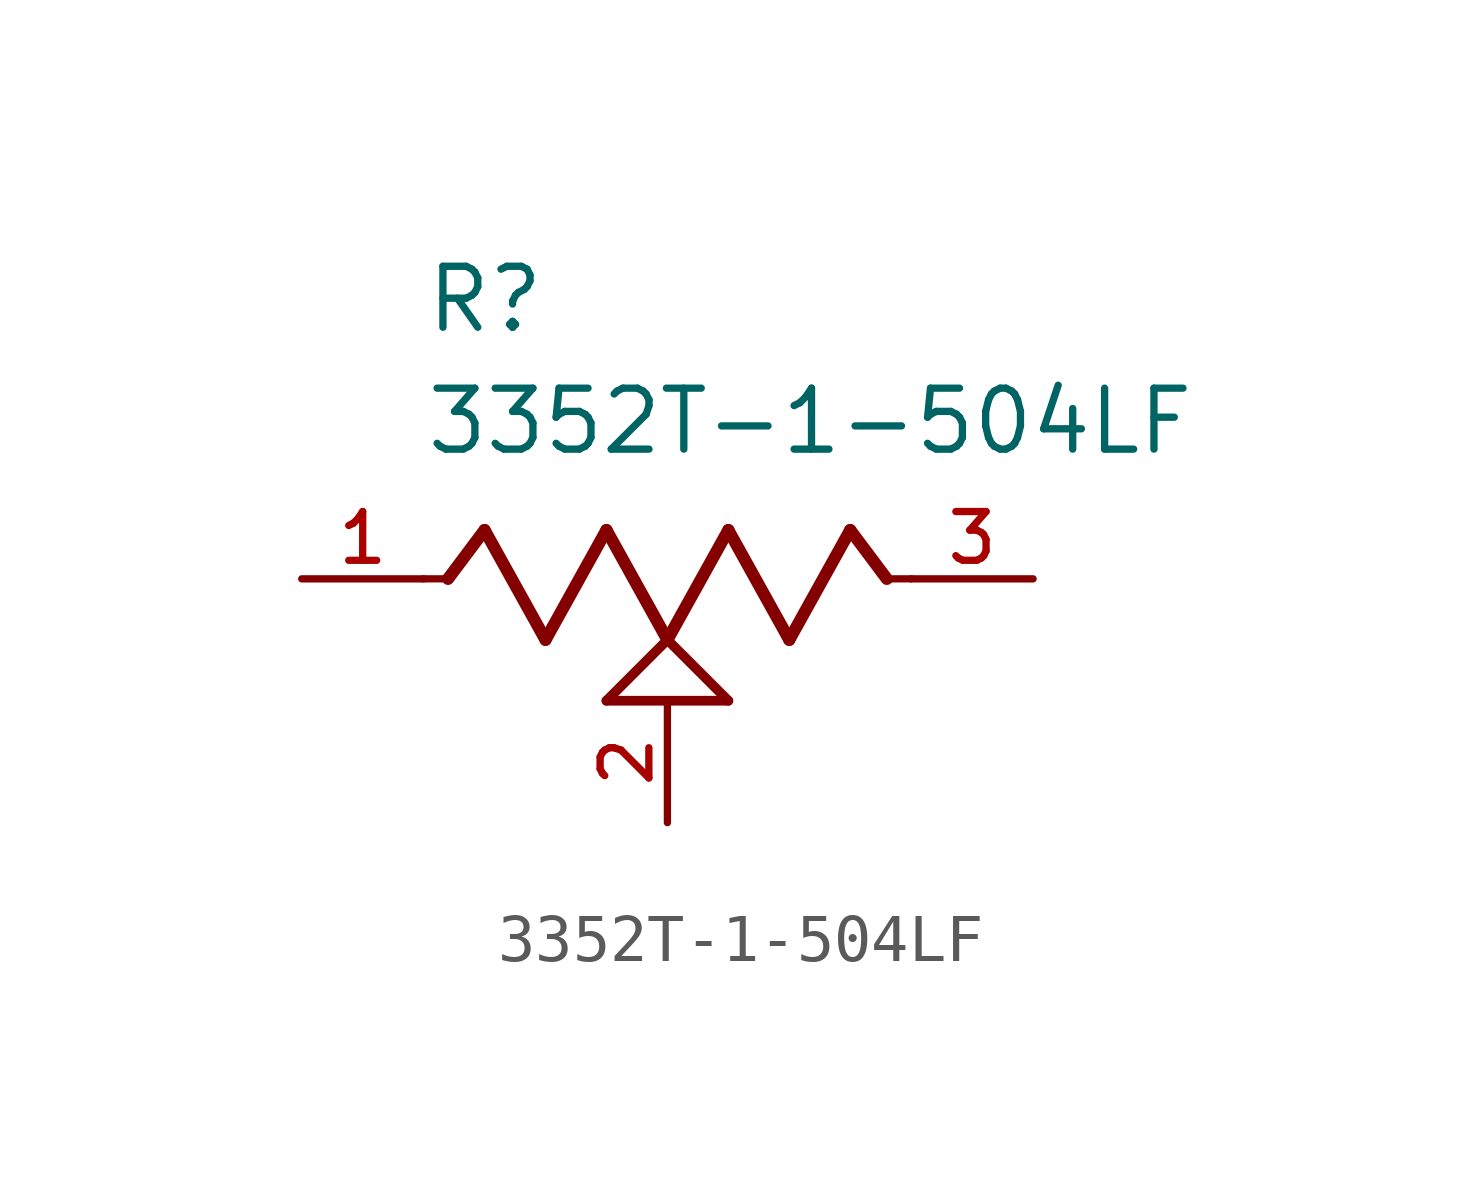
<source format=kicad_sym>
(kicad_symbol_lib
  (version 20211014)
  (generator kicad_symbol_editor)
  (symbol "3352T-1-504LF"
    (pin_names
      (offset 1.016))
    (property "Reference" "R"
      (at -5.08 5.08 0)
      (effects (font (size 1.27 1.27)) (justify bottom left)))
    (property "Value" "3352T-1-504LF"
      (at -5.08 2.54 0)
      (effects (font (size 1.27 1.27)) (justify bottom left)))
    (symbol "3352T-1-504LF_0_0"
      (polyline (pts (xy -5.08 0.0) (xy -4.572 0.0)) (stroke (width 0.152)))
      (polyline (pts (xy -4.572 0.0) (xy -3.81 1.016)) (stroke (width 0.254)))
      (polyline (pts (xy -3.81 1.016) (xy -2.54 -1.27)) (stroke (width 0.254)))
      (polyline (pts (xy -2.54 -1.27) (xy -1.27 1.016)) (stroke (width 0.254)))
      (polyline (pts (xy -1.27 1.016) (xy 0.0 -1.27)) (stroke (width 0.254)))
      (polyline (pts (xy 0.0 -1.27) (xy 1.27 1.016)) (stroke (width 0.254)))
      (polyline (pts (xy 1.27 1.016) (xy 2.54 -1.27)) (stroke (width 0.254)))
      (polyline (pts (xy 2.54 -1.27) (xy 3.81 1.016)) (stroke (width 0.254)))
      (polyline (pts (xy 3.81 1.016) (xy 4.572 0.0)) (stroke (width 0.254)))
      (polyline (pts (xy 4.572 0.0) (xy 5.08 0.0)) (stroke (width 0.152)))
      (polyline (pts (xy 0.0 -1.27) (xy 1.27 -2.54)) (stroke (width 0.203)))
      (polyline (pts (xy -1.27 -2.54) (xy 0.0 -1.27)) (stroke (width 0.203)))
      (polyline (pts (xy 1.27 -2.54) (xy -1.27 -2.54)) (stroke (width 0.203)))
      (pin passive line (at -7.62 0.0 0) (length 2.54) (name "~" (effects (font (size 1.016 1.016)))) (number "1" (effects (font (size 1.016 1.016)))))
      (pin passive line (at 7.62 0.0 180.0) (length 2.54) (name "~" (effects (font (size 1.016 1.016)))) (number "3" (effects (font (size 1.016 1.016)))))
      (pin passive line (at 0.0 -5.08 90.0) (length 2.54) (name "~" (effects (font (size 1.016 1.016)))) (number "2" (effects (font (size 1.016 1.016))))))))
</source>
